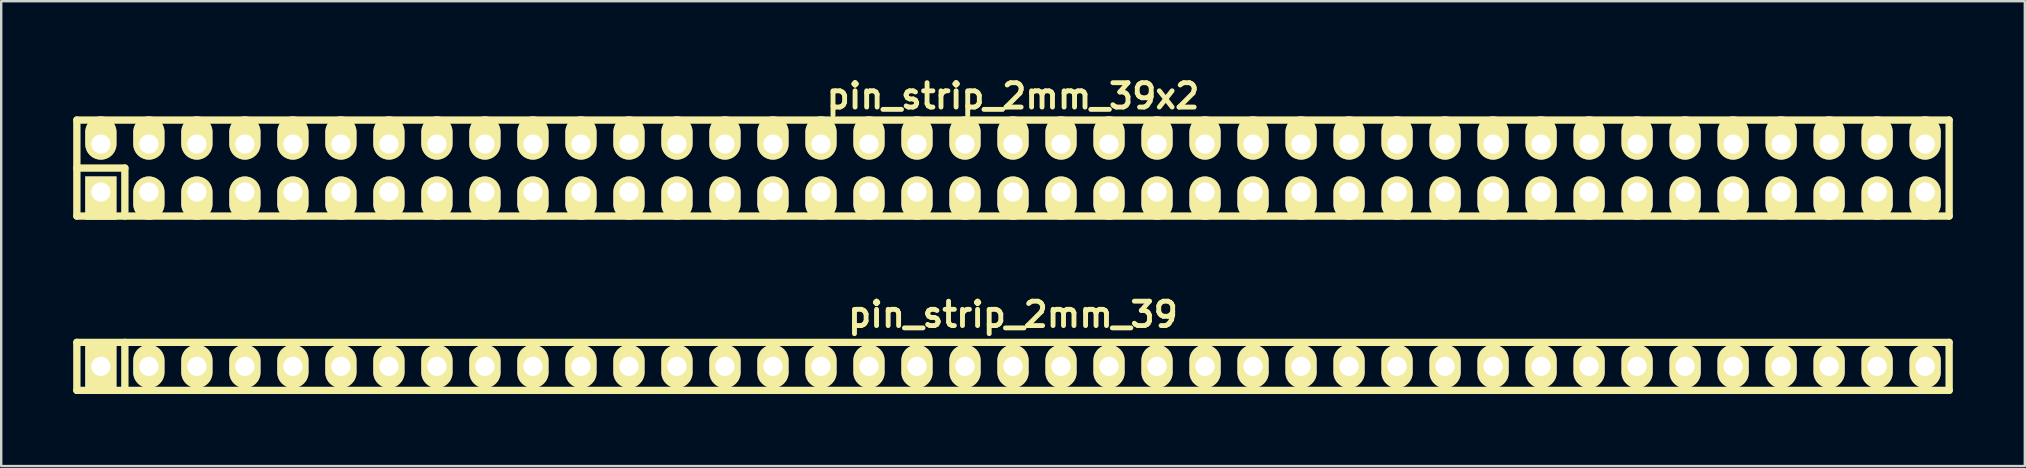
<source format=kicad_pcb>
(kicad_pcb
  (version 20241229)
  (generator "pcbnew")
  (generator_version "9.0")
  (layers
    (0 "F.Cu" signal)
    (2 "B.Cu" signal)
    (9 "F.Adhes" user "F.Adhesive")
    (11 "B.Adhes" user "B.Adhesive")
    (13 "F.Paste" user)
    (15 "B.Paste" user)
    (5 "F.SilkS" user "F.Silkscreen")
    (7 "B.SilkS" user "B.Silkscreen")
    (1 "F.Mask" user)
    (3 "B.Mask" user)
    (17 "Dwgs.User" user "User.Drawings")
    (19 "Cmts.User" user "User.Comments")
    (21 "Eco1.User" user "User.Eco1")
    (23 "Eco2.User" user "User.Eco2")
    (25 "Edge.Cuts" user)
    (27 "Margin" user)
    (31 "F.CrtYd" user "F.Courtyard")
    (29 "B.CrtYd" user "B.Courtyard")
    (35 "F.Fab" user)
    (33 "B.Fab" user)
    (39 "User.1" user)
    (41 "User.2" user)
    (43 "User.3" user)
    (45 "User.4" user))
  (footprint "pin_strip_2mm_39"
    (layer "F.Cu")
    (at 39.152 12.213)
    (property "Reference" "pin_strip_2mm_39" (at 0 -2.159 0) (layer "F.SilkS") (effects (font (size 1.016 1.016) (thickness 0.203))))
    (attr through_hole)
    (fp_line (start -39 -1) (end 39 -1) (stroke (width 0.305) (type solid)) (layer "F.SilkS"))
    (fp_line (start -39 1) (end -39 -1) (stroke (width 0.305) (type solid)) (layer "F.SilkS"))
    (fp_line (start -37 -1) (end -37 1) (stroke (width 0.305) (type solid)) (layer "F.SilkS"))
    (fp_line (start 39 -1) (end 39 1) (stroke (width 0.305) (type solid)) (layer "F.SilkS"))
    (fp_line (start 39 1) (end -39 1) (stroke (width 0.305) (type solid)) (layer "F.SilkS"))
    (pad "1" thru_hole rect (at -38 0) (size 1.3 1.8) (drill 0.8) (layers "*.Cu" "*.Mask" "F.SilkS"))
    (pad "2" thru_hole oval (at -36 0) (size 1.3 1.8) (drill 0.8) (layers "*.Cu" "*.Mask" "F.SilkS"))
    (pad "3" thru_hole oval (at -34 0) (size 1.3 1.8) (drill 0.8) (layers "*.Cu" "*.Mask" "F.SilkS"))
    (pad "4" thru_hole oval (at -32 0) (size 1.3 1.8) (drill 0.8) (layers "*.Cu" "*.Mask" "F.SilkS"))
    (pad "5" thru_hole oval (at -30 0) (size 1.3 1.8) (drill 0.8) (layers "*.Cu" "*.Mask" "F.SilkS"))
    (pad "6" thru_hole oval (at -28 0) (size 1.3 1.8) (drill 0.8) (layers "*.Cu" "*.Mask" "F.SilkS"))
    (pad "7" thru_hole oval (at -26 0) (size 1.3 1.8) (drill 0.8) (layers "*.Cu" "*.Mask" "F.SilkS"))
    (pad "8" thru_hole oval (at -24 0) (size 1.3 1.8) (drill 0.8) (layers "*.Cu" "*.Mask" "F.SilkS"))
    (pad "9" thru_hole oval (at -22 0) (size 1.3 1.8) (drill 0.8) (layers "*.Cu" "*.Mask" "F.SilkS"))
    (pad "10" thru_hole oval (at -20 0) (size 1.3 1.8) (drill 0.8) (layers "*.Cu" "*.Mask" "F.SilkS"))
    (pad "11" thru_hole oval (at -18 0) (size 1.3 1.8) (drill 0.8) (layers "*.Cu" "*.Mask" "F.SilkS"))
    (pad "12" thru_hole oval (at -16 0) (size 1.3 1.8) (drill 0.8) (layers "*.Cu" "*.Mask" "F.SilkS"))
    (pad "13" thru_hole oval (at -14 0) (size 1.3 1.8) (drill 0.8) (layers "*.Cu" "*.Mask" "F.SilkS"))
    (pad "14" thru_hole oval (at -12 0) (size 1.3 1.8) (drill 0.8) (layers "*.Cu" "*.Mask" "F.SilkS"))
    (pad "15" thru_hole oval (at -10 0) (size 1.3 1.8) (drill 0.8) (layers "*.Cu" "*.Mask" "F.SilkS"))
    (pad "16" thru_hole oval (at -8 0) (size 1.3 1.8) (drill 0.8) (layers "*.Cu" "*.Mask" "F.SilkS"))
    (pad "17" thru_hole oval (at -6 0) (size 1.3 1.8) (drill 0.8) (layers "*.Cu" "*.Mask" "F.SilkS"))
    (pad "18" thru_hole oval (at -4 0) (size 1.3 1.8) (drill 0.8) (layers "*.Cu" "*.Mask" "F.SilkS"))
    (pad "19" thru_hole oval (at -2 0) (size 1.3 1.8) (drill 0.8) (layers "*.Cu" "*.Mask" "F.SilkS"))
    (pad "20" thru_hole oval (at 0 0) (size 1.3 1.8) (drill 0.8) (layers "*.Cu" "*.Mask" "F.SilkS"))
    (pad "21" thru_hole oval (at 2 0) (size 1.3 1.8) (drill 0.8) (layers "*.Cu" "*.Mask" "F.SilkS"))
    (pad "22" thru_hole oval (at 4 0) (size 1.3 1.8) (drill 0.8) (layers "*.Cu" "*.Mask" "F.SilkS"))
    (pad "23" thru_hole oval (at 6 0) (size 1.3 1.8) (drill 0.8) (layers "*.Cu" "*.Mask" "F.SilkS"))
    (pad "24" thru_hole oval (at 8 0) (size 1.3 1.8) (drill 0.8) (layers "*.Cu" "*.Mask" "F.SilkS"))
    (pad "25" thru_hole oval (at 10 0) (size 1.3 1.8) (drill 0.8) (layers "*.Cu" "*.Mask" "F.SilkS"))
    (pad "26" thru_hole oval (at 12 0) (size 1.3 1.8) (drill 0.8) (layers "*.Cu" "*.Mask" "F.SilkS"))
    (pad "27" thru_hole oval (at 14 0) (size 1.3 1.8) (drill 0.8) (layers "*.Cu" "*.Mask" "F.SilkS"))
    (pad "28" thru_hole oval (at 16 0) (size 1.3 1.8) (drill 0.8) (layers "*.Cu" "*.Mask" "F.SilkS"))
    (pad "29" thru_hole oval (at 18 0) (size 1.3 1.8) (drill 0.8) (layers "*.Cu" "*.Mask" "F.SilkS"))
    (pad "30" thru_hole oval (at 20 0) (size 1.3 1.8) (drill 0.8) (layers "*.Cu" "*.Mask" "F.SilkS"))
    (pad "31" thru_hole oval (at 22 0) (size 1.3 1.8) (drill 0.8) (layers "*.Cu" "*.Mask" "F.SilkS"))
    (pad "32" thru_hole oval (at 24 0) (size 1.3 1.8) (drill 0.8) (layers "*.Cu" "*.Mask" "F.SilkS"))
    (pad "33" thru_hole oval (at 26 0) (size 1.3 1.8) (drill 0.8) (layers "*.Cu" "*.Mask" "F.SilkS"))
    (pad "34" thru_hole oval (at 28 0) (size 1.3 1.8) (drill 0.8) (layers "*.Cu" "*.Mask" "F.SilkS"))
    (pad "35" thru_hole oval (at 30 0) (size 1.3 1.8) (drill 0.8) (layers "*.Cu" "*.Mask" "F.SilkS"))
    (pad "36" thru_hole oval (at 32 0) (size 1.3 1.8) (drill 0.8) (layers "*.Cu" "*.Mask" "F.SilkS"))
    (pad "37" thru_hole oval (at 34 0) (size 1.3 1.8) (drill 0.8) (layers "*.Cu" "*.Mask" "F.SilkS"))
    (pad "38" thru_hole oval (at 36 0) (size 1.3 1.8) (drill 0.8) (layers "*.Cu" "*.Mask" "F.SilkS"))
    (pad "39" thru_hole oval (at 38 0) (size 1.3 1.8) (drill 0.8) (layers "*.Cu" "*.Mask" "F.SilkS")))
  (footprint "pin_strip_2mm_39x2"
    (layer "F.Cu")
    (at 39.152 3.951)
    (property "Reference" "pin_strip_2mm_39x2" (at 0 -3 0) (layer "F.SilkS") (effects (font (size 1.016 1.016) (thickness 0.203))))
    (attr through_hole)
    (fp_line (start -39 -2) (end 39 -2) (stroke (width 0.305) (type solid)) (layer "F.SilkS"))
    (fp_line (start -39 0) (end -37 0) (stroke (width 0.305) (type solid)) (layer "F.SilkS"))
    (fp_line (start -39 2) (end -39 -2) (stroke (width 0.305) (type solid)) (layer "F.SilkS"))
    (fp_line (start -37 0) (end -37 2) (stroke (width 0.305) (type solid)) (layer "F.SilkS"))
    (fp_line (start 39 -2) (end 39 2) (stroke (width 0.305) (type solid)) (layer "F.SilkS"))
    (fp_line (start 39 2) (end -39 2) (stroke (width 0.305) (type solid)) (layer "F.SilkS"))
    (pad "1" thru_hole rect (at -38 1) (size 1.3 1.8) (drill 0.8 (offset 0 0.25)) (layers "*.Cu" "*.Mask" "F.SilkS"))
    (pad "2" thru_hole oval (at -38 -1) (size 1.3 1.8) (drill 0.8 (offset 0 -0.25)) (layers "*.Cu" "*.Mask" "F.SilkS"))
    (pad "3" thru_hole oval (at -36 1) (size 1.3 1.8) (drill 0.8 (offset 0 0.25)) (layers "*.Cu" "*.Mask" "F.SilkS"))
    (pad "4" thru_hole oval (at -36 -1) (size 1.3 1.8) (drill 0.8 (offset 0 -0.25)) (layers "*.Cu" "*.Mask" "F.SilkS"))
    (pad "5" thru_hole oval (at -34 1) (size 1.3 1.8) (drill 0.8 (offset 0 0.25)) (layers "*.Cu" "*.Mask" "F.SilkS"))
    (pad "6" thru_hole oval (at -34 -1) (size 1.3 1.8) (drill 0.8 (offset 0 -0.25)) (layers "*.Cu" "*.Mask" "F.SilkS"))
    (pad "7" thru_hole oval (at -32 1) (size 1.3 1.8) (drill 0.8 (offset 0 0.25)) (layers "*.Cu" "*.Mask" "F.SilkS"))
    (pad "8" thru_hole oval (at -32 -1) (size 1.3 1.8) (drill 0.8 (offset 0 -0.25)) (layers "*.Cu" "*.Mask" "F.SilkS"))
    (pad "9" thru_hole oval (at -30 1) (size 1.3 1.8) (drill 0.8 (offset 0 0.25)) (layers "*.Cu" "*.Mask" "F.SilkS"))
    (pad "10" thru_hole oval (at -30 -1) (size 1.3 1.8) (drill 0.8 (offset 0 -0.25)) (layers "*.Cu" "*.Mask" "F.SilkS"))
    (pad "11" thru_hole oval (at -28 1) (size 1.3 1.8) (drill 0.8 (offset 0 0.25)) (layers "*.Cu" "*.Mask" "F.SilkS"))
    (pad "12" thru_hole oval (at -28 -1) (size 1.3 1.8) (drill 0.8 (offset 0 -0.25)) (layers "*.Cu" "*.Mask" "F.SilkS"))
    (pad "13" thru_hole oval (at -26 1) (size 1.3 1.8) (drill 0.8 (offset 0 0.25)) (layers "*.Cu" "*.Mask" "F.SilkS"))
    (pad "14" thru_hole oval (at -26 -1) (size 1.3 1.8) (drill 0.8 (offset 0 -0.25)) (layers "*.Cu" "*.Mask" "F.SilkS"))
    (pad "15" thru_hole oval (at -24 1) (size 1.3 1.8) (drill 0.8 (offset 0 0.25)) (layers "*.Cu" "*.Mask" "F.SilkS"))
    (pad "16" thru_hole oval (at -24 -1) (size 1.3 1.8) (drill 0.8 (offset 0 -0.25)) (layers "*.Cu" "*.Mask" "F.SilkS"))
    (pad "17" thru_hole oval (at -22 1) (size 1.3 1.8) (drill 0.8 (offset 0 0.25)) (layers "*.Cu" "*.Mask" "F.SilkS"))
    (pad "18" thru_hole oval (at -22 -1) (size 1.3 1.8) (drill 0.8 (offset 0 -0.25)) (layers "*.Cu" "*.Mask" "F.SilkS"))
    (pad "19" thru_hole oval (at -20 1) (size 1.3 1.8) (drill 0.8 (offset 0 0.25)) (layers "*.Cu" "*.Mask" "F.SilkS"))
    (pad "20" thru_hole oval (at -20 -1) (size 1.3 1.8) (drill 0.8 (offset 0 -0.25)) (layers "*.Cu" "*.Mask" "F.SilkS"))
    (pad "21" thru_hole oval (at -18 1) (size 1.3 1.8) (drill 0.8 (offset 0 0.25)) (layers "*.Cu" "*.Mask" "F.SilkS"))
    (pad "22" thru_hole oval (at -18 -1) (size 1.3 1.8) (drill 0.8 (offset 0 -0.25)) (layers "*.Cu" "*.Mask" "F.SilkS"))
    (pad "23" thru_hole oval (at -16 1) (size 1.3 1.8) (drill 0.8 (offset 0 0.25)) (layers "*.Cu" "*.Mask" "F.SilkS"))
    (pad "24" thru_hole oval (at -16 -1) (size 1.3 1.8) (drill 0.8 (offset 0 -0.25)) (layers "*.Cu" "*.Mask" "F.SilkS"))
    (pad "25" thru_hole oval (at -14 1) (size 1.3 1.8) (drill 0.8 (offset 0 0.25)) (layers "*.Cu" "*.Mask" "F.SilkS"))
    (pad "26" thru_hole oval (at -14 -1) (size 1.3 1.8) (drill 0.8 (offset 0 -0.25)) (layers "*.Cu" "*.Mask" "F.SilkS"))
    (pad "27" thru_hole oval (at -12 1) (size 1.3 1.8) (drill 0.8 (offset 0 0.25)) (layers "*.Cu" "*.Mask" "F.SilkS"))
    (pad "28" thru_hole oval (at -12 -1) (size 1.3 1.8) (drill 0.8 (offset 0 -0.25)) (layers "*.Cu" "*.Mask" "F.SilkS"))
    (pad "29" thru_hole oval (at -10 1) (size 1.3 1.8) (drill 0.8 (offset 0 0.25)) (layers "*.Cu" "*.Mask" "F.SilkS"))
    (pad "30" thru_hole oval (at -10 -1) (size 1.3 1.8) (drill 0.8 (offset 0 -0.25)) (layers "*.Cu" "*.Mask" "F.SilkS"))
    (pad "31" thru_hole oval (at -8 1) (size 1.3 1.8) (drill 0.8 (offset 0 0.25)) (layers "*.Cu" "*.Mask" "F.SilkS"))
    (pad "32" thru_hole oval (at -8 -1) (size 1.3 1.8) (drill 0.8 (offset 0 -0.25)) (layers "*.Cu" "*.Mask" "F.SilkS"))
    (pad "33" thru_hole oval (at -6 1) (size 1.3 1.8) (drill 0.8 (offset 0 0.25)) (layers "*.Cu" "*.Mask" "F.SilkS"))
    (pad "34" thru_hole oval (at -6 -1) (size 1.3 1.8) (drill 0.8 (offset 0 -0.25)) (layers "*.Cu" "*.Mask" "F.SilkS"))
    (pad "35" thru_hole oval (at -4 1) (size 1.3 1.8) (drill 0.8 (offset 0 0.25)) (layers "*.Cu" "*.Mask" "F.SilkS"))
    (pad "36" thru_hole oval (at -4 -1) (size 1.3 1.8) (drill 0.8 (offset 0 -0.25)) (layers "*.Cu" "*.Mask" "F.SilkS"))
    (pad "37" thru_hole oval (at -2 1) (size 1.3 1.8) (drill 0.8 (offset 0 0.25)) (layers "*.Cu" "*.Mask" "F.SilkS"))
    (pad "38" thru_hole oval (at -2 -1) (size 1.3 1.8) (drill 0.8 (offset 0 -0.25)) (layers "*.Cu" "*.Mask" "F.SilkS"))
    (pad "39" thru_hole oval (at 0 1) (size 1.3 1.8) (drill 0.8 (offset 0 0.25)) (layers "*.Cu" "*.Mask" "F.SilkS"))
    (pad "40" thru_hole oval (at 0 -1) (size 1.3 1.8) (drill 0.8 (offset 0 -0.25)) (layers "*.Cu" "*.Mask" "F.SilkS"))
    (pad "41" thru_hole oval (at 2 1) (size 1.3 1.8) (drill 0.8 (offset 0 0.25)) (layers "*.Cu" "*.Mask" "F.SilkS"))
    (pad "42" thru_hole oval (at 2 -1) (size 1.3 1.8) (drill 0.8 (offset 0 -0.25)) (layers "*.Cu" "*.Mask" "F.SilkS"))
    (pad "43" thru_hole oval (at 4 1) (size 1.3 1.8) (drill 0.8 (offset 0 0.25)) (layers "*.Cu" "*.Mask" "F.SilkS"))
    (pad "44" thru_hole oval (at 4 -1) (size 1.3 1.8) (drill 0.8 (offset 0 -0.25)) (layers "*.Cu" "*.Mask" "F.SilkS"))
    (pad "45" thru_hole oval (at 6 1) (size 1.3 1.8) (drill 0.8 (offset 0 0.25)) (layers "*.Cu" "*.Mask" "F.SilkS"))
    (pad "46" thru_hole oval (at 6 -1) (size 1.3 1.8) (drill 0.8 (offset 0 -0.25)) (layers "*.Cu" "*.Mask" "F.SilkS"))
    (pad "47" thru_hole oval (at 8 1) (size 1.3 1.8) (drill 0.8 (offset 0 0.25)) (layers "*.Cu" "*.Mask" "F.SilkS"))
    (pad "48" thru_hole oval (at 8 -1) (size 1.3 1.8) (drill 0.8 (offset 0 -0.25)) (layers "*.Cu" "*.Mask" "F.SilkS"))
    (pad "49" thru_hole oval (at 10 1) (size 1.3 1.8) (drill 0.8 (offset 0 0.25)) (layers "*.Cu" "*.Mask" "F.SilkS"))
    (pad "50" thru_hole oval (at 10 -1) (size 1.3 1.8) (drill 0.8 (offset 0 -0.25)) (layers "*.Cu" "*.Mask" "F.SilkS"))
    (pad "51" thru_hole oval (at 12 1) (size 1.3 1.8) (drill 0.8 (offset 0 0.25)) (layers "*.Cu" "*.Mask" "F.SilkS"))
    (pad "52" thru_hole oval (at 12 -1) (size 1.3 1.8) (drill 0.8 (offset 0 -0.25)) (layers "*.Cu" "*.Mask" "F.SilkS"))
    (pad "53" thru_hole oval (at 14 1) (size 1.3 1.8) (drill 0.8 (offset 0 0.25)) (layers "*.Cu" "*.Mask" "F.SilkS"))
    (pad "54" thru_hole oval (at 14 -1) (size 1.3 1.8) (drill 0.8 (offset 0 -0.25)) (layers "*.Cu" "*.Mask" "F.SilkS"))
    (pad "55" thru_hole oval (at 16 1) (size 1.3 1.8) (drill 0.8 (offset 0 0.25)) (layers "*.Cu" "*.Mask" "F.SilkS"))
    (pad "56" thru_hole oval (at 16 -1) (size 1.3 1.8) (drill 0.8 (offset 0 -0.25)) (layers "*.Cu" "*.Mask" "F.SilkS"))
    (pad "57" thru_hole oval (at 18 1) (size 1.3 1.8) (drill 0.8 (offset 0 0.25)) (layers "*.Cu" "*.Mask" "F.SilkS"))
    (pad "58" thru_hole oval (at 18 -1) (size 1.3 1.8) (drill 0.8 (offset 0 -0.25)) (layers "*.Cu" "*.Mask" "F.SilkS"))
    (pad "59" thru_hole oval (at 20 1) (size 1.3 1.8) (drill 0.8 (offset 0 0.25)) (layers "*.Cu" "*.Mask" "F.SilkS"))
    (pad "60" thru_hole oval (at 20 -1) (size 1.3 1.8) (drill 0.8 (offset 0 -0.25)) (layers "*.Cu" "*.Mask" "F.SilkS"))
    (pad "61" thru_hole oval (at 22 1) (size 1.3 1.8) (drill 0.8 (offset 0 0.25)) (layers "*.Cu" "*.Mask" "F.SilkS"))
    (pad "62" thru_hole oval (at 22 -1) (size 1.3 1.8) (drill 0.8 (offset 0 -0.25)) (layers "*.Cu" "*.Mask" "F.SilkS"))
    (pad "63" thru_hole oval (at 24 1) (size 1.3 1.8) (drill 0.8 (offset 0 0.25)) (layers "*.Cu" "*.Mask" "F.SilkS"))
    (pad "64" thru_hole oval (at 24 -1) (size 1.3 1.8) (drill 0.8 (offset 0 -0.25)) (layers "*.Cu" "*.Mask" "F.SilkS"))
    (pad "65" thru_hole oval (at 26 1) (size 1.3 1.8) (drill 0.8 (offset 0 0.25)) (layers "*.Cu" "*.Mask" "F.SilkS"))
    (pad "66" thru_hole oval (at 26 -1) (size 1.3 1.8) (drill 0.8 (offset 0 -0.25)) (layers "*.Cu" "*.Mask" "F.SilkS"))
    (pad "67" thru_hole oval (at 28 1) (size 1.3 1.8) (drill 0.8 (offset 0 0.25)) (layers "*.Cu" "*.Mask" "F.SilkS"))
    (pad "68" thru_hole oval (at 28 -1) (size 1.3 1.8) (drill 0.8 (offset 0 -0.25)) (layers "*.Cu" "*.Mask" "F.SilkS"))
    (pad "69" thru_hole oval (at 30 1) (size 1.3 1.8) (drill 0.8 (offset 0 0.25)) (layers "*.Cu" "*.Mask" "F.SilkS"))
    (pad "70" thru_hole oval (at 30 -1) (size 1.3 1.8) (drill 0.8 (offset 0 -0.25)) (layers "*.Cu" "*.Mask" "F.SilkS"))
    (pad "71" thru_hole oval (at 32 1) (size 1.3 1.8) (drill 0.8 (offset 0 0.25)) (layers "*.Cu" "*.Mask" "F.SilkS"))
    (pad "72" thru_hole oval (at 32 -1) (size 1.3 1.8) (drill 0.8 (offset 0 -0.25)) (layers "*.Cu" "*.Mask" "F.SilkS"))
    (pad "73" thru_hole oval (at 34 1) (size 1.3 1.8) (drill 0.8 (offset 0 0.25)) (layers "*.Cu" "*.Mask" "F.SilkS"))
    (pad "74" thru_hole oval (at 34 -1) (size 1.3 1.8) (drill 0.8 (offset 0 -0.25)) (layers "*.Cu" "*.Mask" "F.SilkS"))
    (pad "75" thru_hole oval (at 36 1) (size 1.3 1.8) (drill 0.8 (offset 0 0.25)) (layers "*.Cu" "*.Mask" "F.SilkS"))
    (pad "76" thru_hole oval (at 36 -1) (size 1.3 1.8) (drill 0.8 (offset 0 -0.25)) (layers "*.Cu" "*.Mask" "F.SilkS"))
    (pad "77" thru_hole oval (at 38 1) (size 1.3 1.8) (drill 0.8 (offset 0 0.25)) (layers "*.Cu" "*.Mask" "F.SilkS"))
    (pad "78" thru_hole oval (at 38 -1) (size 1.3 1.8) (drill 0.8 (offset 0 -0.25)) (layers "*.Cu" "*.Mask" "F.SilkS")))
  (gr_rect
    (start -3 -3)
    (end 81.305 16.366)
    (stroke (width 0.1) (type default))
    (fill no)
    (layer "Edge.Cuts")))
</source>
